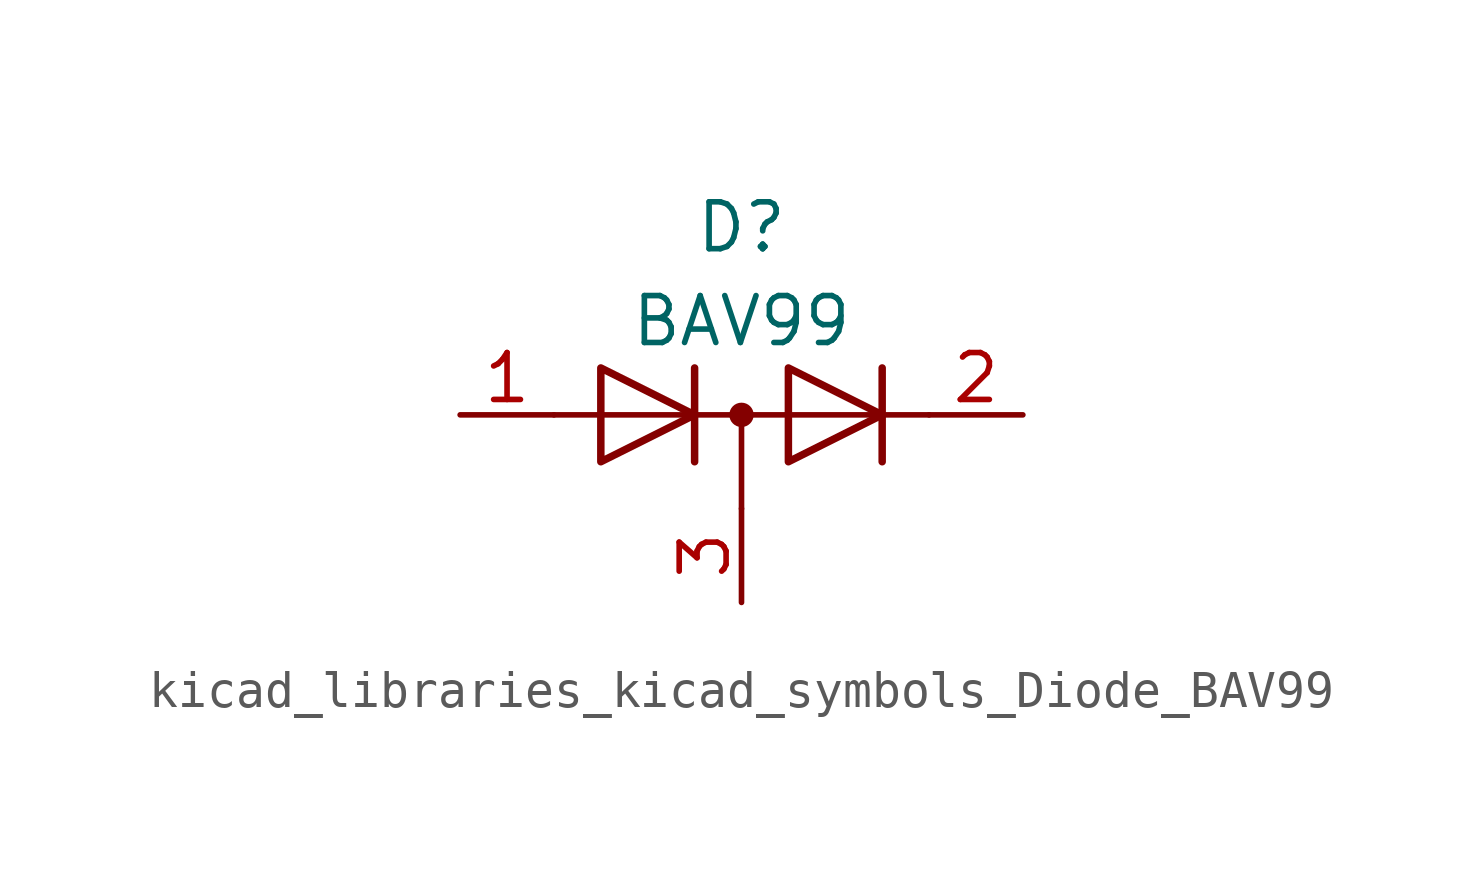
<source format=kicad_sym>
(kicad_symbol_lib
  (version 20220914)
  (generator kicad_symbol_editor)
  (symbol "kicad_libraries_kicad_symbols_Diode_BAV99"
    (pin_names hide)
    (property "Reference" "D"
      (at 0 5.08 0)
      (effects (font (size 1.27 1.27))))
    (property "Value" "BAV99"
      (at 0 2.54 0)
      (effects (font (size 1.27 1.27))))
    (symbol "kicad_libraries_kicad_symbols_Diode_BAV99_0_1"
      (polyline (pts (xy -5.08 0) (xy 5.08 0)) (stroke (width 0) (type default)) (fill (type none))))
    (symbol "kicad_libraries_kicad_symbols_Diode_BAV99_1_1"
      (polyline (pts (xy 0 0) (xy 0 -2.54)) (stroke (width 0) (type default)) (fill (type none)))
      (polyline (pts (xy -1.27 -1.27) (xy -1.27 1.27) (xy -1.27 1.27)) (stroke (width 0.203) (type default)) (fill (type none)))
      (polyline (pts (xy 3.81 1.27) (xy 3.81 -1.27) (xy 3.81 -1.27)) (stroke (width 0.203) (type default)) (fill (type none)))
      (polyline (pts (xy -3.81 1.27) (xy -1.27 0) (xy -3.81 -1.27) (xy -3.81 1.27) (xy -3.81 1.27) (xy -3.81 1.27)) (stroke (width 0.203) (type default)) (fill (type none)))
      (polyline (pts (xy 1.27 1.27) (xy 3.81 0) (xy 1.27 -1.27) (xy 1.27 1.27) (xy 1.27 1.27) (xy 1.27 1.27)) (stroke (width 0.203) (type default)) (fill (type none)))
      (circle (center 0 0) (radius 0.254) (stroke (width 0) (type default)) (fill (type outline)))
      (pin passive line (at -7.62 0 0) (length 2.54) (name "K" (effects (font (size 1.27 1.27)))) (number "1" (effects (font (size 1.27 1.27)))))
      (pin passive line (at 7.62 0 180) (length 2.54) (name "A" (effects (font (size 1.27 1.27)))) (number "2" (effects (font (size 1.27 1.27)))))
      (pin passive line (at 0 -5.08 90) (length 2.54) (name "K" (effects (font (size 1.27 1.27)))) (number "3" (effects (font (size 1.27 1.27))))))))
</source>
